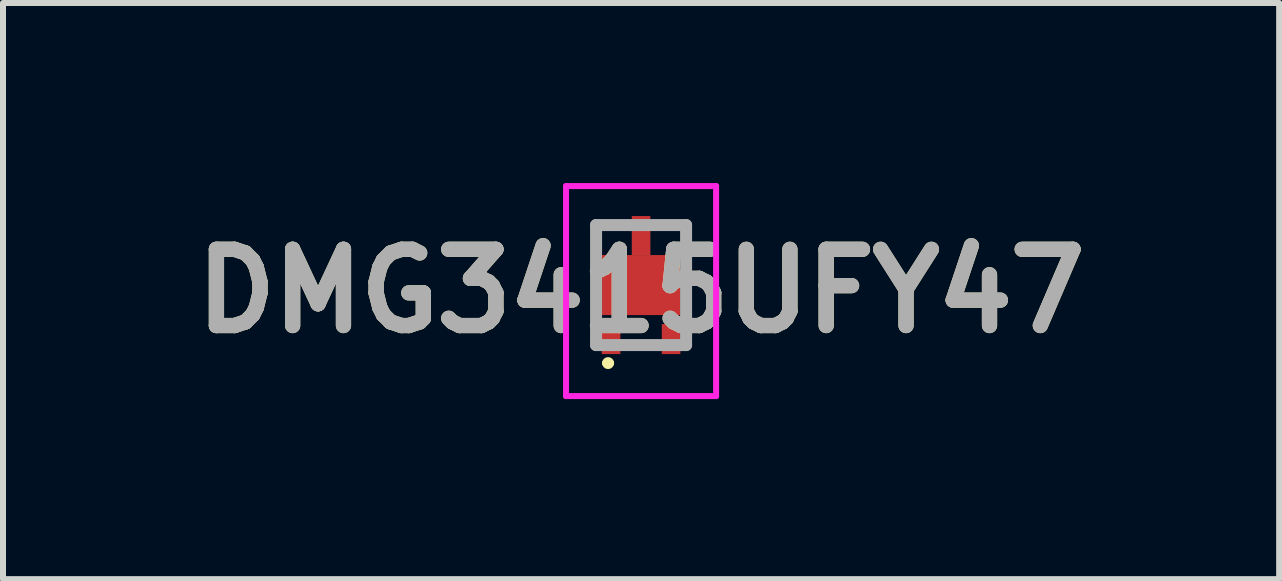
<source format=kicad_pcb>
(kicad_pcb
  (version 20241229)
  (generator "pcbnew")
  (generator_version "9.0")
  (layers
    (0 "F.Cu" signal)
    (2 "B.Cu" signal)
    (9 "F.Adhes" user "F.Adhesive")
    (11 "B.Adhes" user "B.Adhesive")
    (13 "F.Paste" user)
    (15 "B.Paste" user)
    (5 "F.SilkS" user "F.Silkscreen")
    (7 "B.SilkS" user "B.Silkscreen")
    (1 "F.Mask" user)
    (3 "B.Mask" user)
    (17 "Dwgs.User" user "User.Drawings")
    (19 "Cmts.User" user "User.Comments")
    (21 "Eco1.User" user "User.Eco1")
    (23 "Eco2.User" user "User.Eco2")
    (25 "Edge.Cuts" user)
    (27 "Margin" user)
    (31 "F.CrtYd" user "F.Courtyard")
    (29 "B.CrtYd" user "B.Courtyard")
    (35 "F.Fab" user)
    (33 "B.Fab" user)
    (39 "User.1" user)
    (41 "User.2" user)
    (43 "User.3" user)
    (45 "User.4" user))
  (footprint "DMG3415UFY47"
    (layer "F.Cu")
    (at 7.632 1.7)
    (property "Reference" "DMG3415UFY47" (at 0 0.1 0) (layer "F.SilkS") (effects (font (size 1.27 1.27) (thickness 0.254))))
    (attr smd)
    (fp_line (start -0.75 -1) (end -0.75 -0.7) (stroke (width 0.1) (type solid)) (layer "F.SilkS"))
    (fp_line (start -0.6 1.3) (end -0.6 1.3) (stroke (width 0.1) (type solid)) (layer "F.SilkS"))
    (fp_line (start -0.5 1.3) (end -0.5 1.3) (stroke (width 0.1) (type solid)) (layer "F.SilkS"))
    (fp_line (start -0.3 -1) (end -0.75 -1) (stroke (width 0.1) (type solid)) (layer "F.SilkS"))
    (fp_line (start -0.2 1) (end 0.2 1) (stroke (width 0.1) (type solid)) (layer "F.SilkS"))
    (fp_line (start 0.3 -1) (end 0.75 -1) (stroke (width 0.1) (type solid)) (layer "F.SilkS"))
    (fp_line (start 0.75 -1) (end 0.75 -0.7) (stroke (width 0.1) (type solid)) (layer "F.SilkS"))
    (fp_arc (start -0.6 1.3) (mid -0.55 1.25) (end -0.5 1.3) (stroke (width 0.1) (type solid)) (layer "F.SilkS"))
    (fp_arc (start -0.5 1.3) (mid -0.55 1.35) (end -0.6 1.3) (stroke (width 0.1) (type solid)) (layer "F.SilkS"))
    (fp_line (start -1.25 -1.65) (end 1.25 -1.65) (stroke (width 0.1) (type solid)) (layer "F.CrtYd"))
    (fp_line (start -1.25 1.85) (end -1.25 -1.65) (stroke (width 0.1) (type solid)) (layer "F.CrtYd"))
    (fp_line (start 1.25 -1.65) (end 1.25 1.85) (stroke (width 0.1) (type solid)) (layer "F.CrtYd"))
    (fp_line (start 1.25 1.85) (end -1.25 1.85) (stroke (width 0.1) (type solid)) (layer "F.CrtYd"))
    (fp_line (start -0.75 -1) (end 0.75 -1) (stroke (width 0.2) (type solid)) (layer "F.Fab"))
    (fp_line (start -0.75 1) (end -0.75 -1) (stroke (width 0.2) (type solid)) (layer "F.Fab"))
    (fp_line (start 0.75 -1) (end 0.75 1) (stroke (width 0.2) (type solid)) (layer "F.Fab"))
    (fp_line (start 0.75 1) (end -0.75 1) (stroke (width 0.2) (type solid)) (layer "F.Fab"))
    (fp_text user "${REFERENCE}" (at 0 0.1 0) (layer "F.Fab") (effects (font (size 1.27 1.27) (thickness 0.254))))
    (pad "1" smd rect (at -0.5 0.9) (size 0.31 0.5) (layers "F.Cu" "F.Mask" "F.Paste"))
    (pad "2" smd rect (at 0.5 0.9) (size 0.31 0.5) (layers "F.Cu" "F.Mask" "F.Paste"))
    (pad "3" smd rect (at 0 -0.825) (size 0.31 0.65) (layers "F.Cu" "F.Mask" "F.Paste"))
    (pad "4" smd rect (at 0 0 90) (size 1 1.3) (layers "F.Cu" "F.Mask" "F.Paste")))
  (gr_rect
    (start -3 -3)
    (end 18.264 6.6)
    (stroke (width 0.1) (type default))
    (fill no)
    (layer "Edge.Cuts")))
</source>
